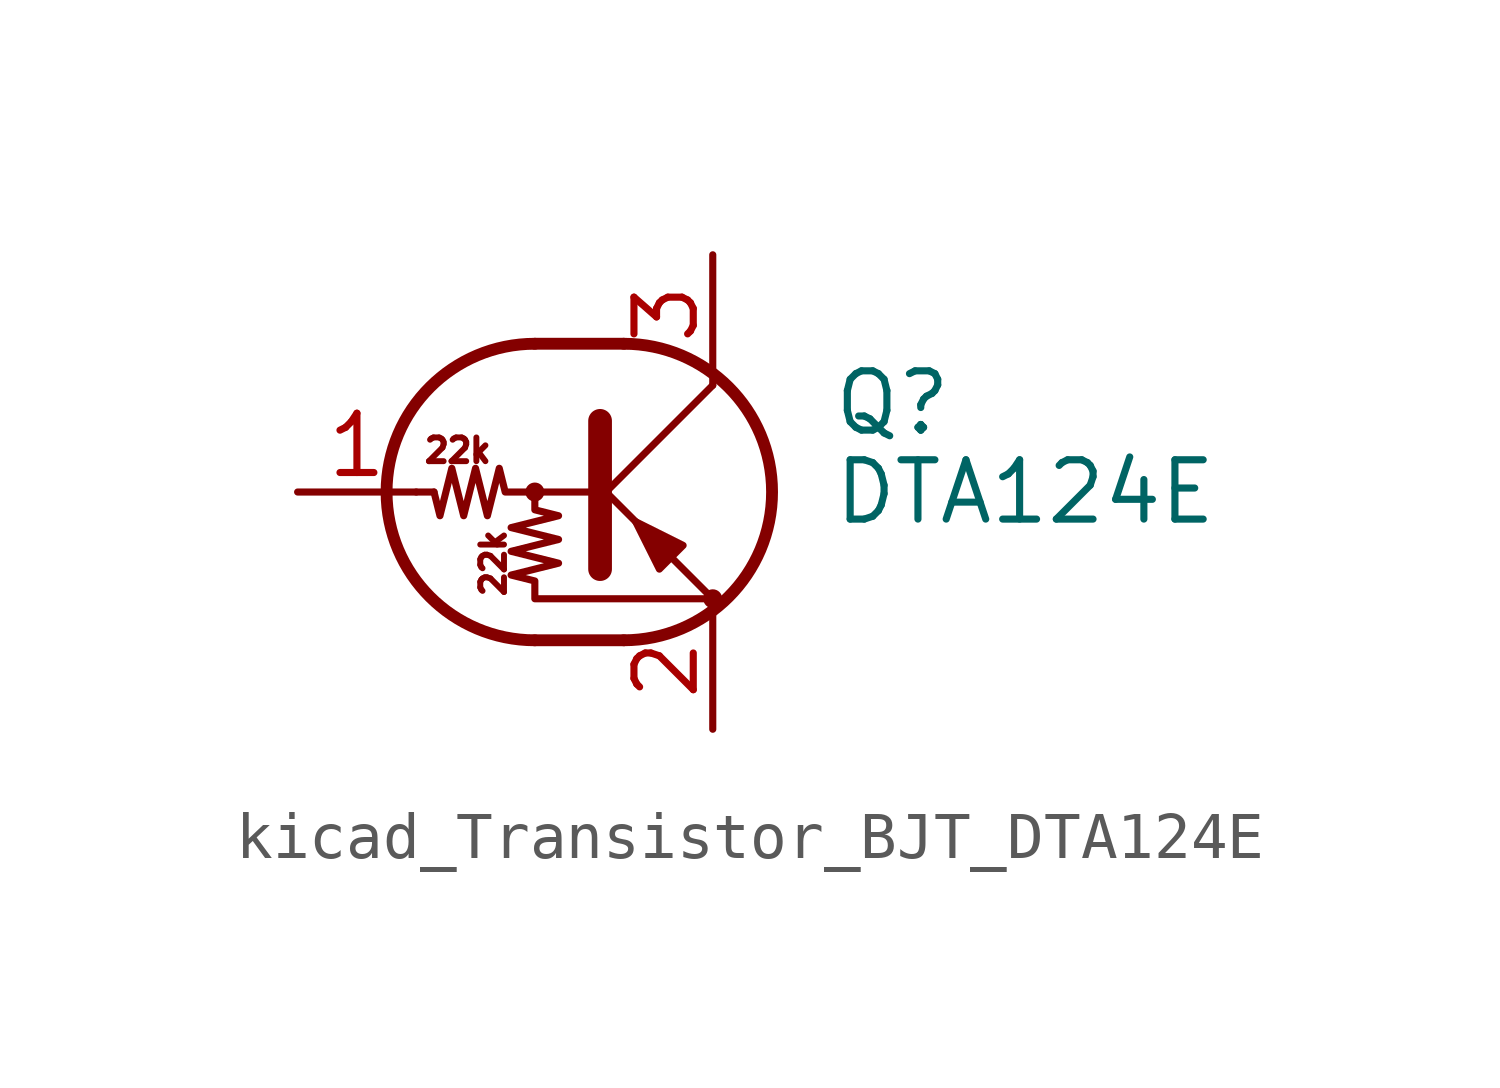
<source format=kicad_sym>
(kicad_symbol_lib
  (version 20220914)
  (generator kicad_symbol_editor)
  (symbol "kicad_Transistor_BJT_DTA124E"
    (pin_names
      (offset 0) hide)
    (property "Reference" "Q"
      (at 5.08 1.905 0)
      (effects (font (size 1.27 1.27)) (justify left)))
    (property "Value" "DTA124E"
      (at 5.08 0 0)
      (effects (font (size 1.27 1.27)) (justify left)))
    (symbol "kicad_Transistor_BJT_DTA124E_0_0"
      (text "22k" (at -2.921 0.889 0) (effects (font (size 0.508 0.508))))
      (text "22k" (at -2.159 -1.524 900) (effects (font (size 0.508 0.508)))))
    (symbol "kicad_Transistor_BJT_DTA124E_0_1"
      (circle (center -1.27 0) (radius 0.127) (stroke (width 0) (type default)) (fill (type none)))
      (arc (start -1.27 3.175) (mid -4.4312 0) (end -1.27 -3.175) (stroke (width 0.254) (type default)) (fill (type none)))
      (polyline (pts (xy -3.429 0) (xy -3.81 0)) (stroke (width 0) (type default)) (fill (type none)))
      (polyline (pts (xy -1.27 -3.175) (xy 0.635 -3.175)) (stroke (width 0.254) (type default)) (fill (type none)))
      (polyline (pts (xy -1.27 3.175) (xy 0.635 3.175)) (stroke (width 0.254) (type default)) (fill (type none)))
      (polyline (pts (xy 0 -0.254) (xy 2.54 2.286)) (stroke (width 0) (type default)) (fill (type none)))
      (polyline (pts (xy 0.127 1.524) (xy 0.127 -1.651)) (stroke (width 0.508) (type default)) (fill (type outline)))
      (polyline (pts (xy 2.54 2.286) (xy 2.54 2.54)) (stroke (width 0) (type default)) (fill (type none)))
      (polyline (pts (xy 2.54 -2.286) (xy 0 0.254) (xy 0 0.254)) (stroke (width 0) (type default)) (fill (type none)))
      (polyline (pts (xy 1.397 -1.651) (xy 1.905 -1.143) (xy 0.889 -0.635) (xy 1.397 -1.651)) (stroke (width 0) (type default)) (fill (type outline)))
      (polyline (pts (xy 0 0) (xy -1.905 0) (xy -2.032 0.508) (xy -2.286 -0.508) (xy -2.54 0.508) (xy -2.794 -0.508) (xy -3.048 0.508) (xy -3.302 -0.508) (xy -3.429 0)) (stroke (width 0) (type default)) (fill (type none)))
      (polyline (pts (xy -1.27 0) (xy -1.27 -0.381) (xy -0.762 -0.508) (xy -1.778 -0.762) (xy -0.762 -1.016) (xy -1.778 -1.27) (xy -0.762 -1.524) (xy -1.778 -1.778) (xy -1.27 -1.905) (xy -1.27 -2.286) (xy 2.54 -2.286)) (stroke (width 0) (type default)) (fill (type none)))
      (arc (start 0.635 -3.175) (mid 3.7962 0) (end 0.635 3.175) (stroke (width 0.254) (type default)) (fill (type none)))
      (circle (center 2.54 -2.286) (radius 0.127) (stroke (width 0) (type default)) (fill (type none))))
    (symbol "kicad_Transistor_BJT_DTA124E_1_1"
      (pin input line (at -6.35 0 0) (length 2.54) (name "B" (effects (font (size 1.27 1.27)))) (number "1" (effects (font (size 1.27 1.27)))))
      (pin passive line (at 2.54 -5.08 90) (length 2.54) (name "E" (effects (font (size 1.27 1.27)))) (number "2" (effects (font (size 1.27 1.27)))))
      (pin passive line (at 2.54 5.08 270) (length 2.54) (name "C" (effects (font (size 1.27 1.27)))) (number "3" (effects (font (size 1.27 1.27))))))))
</source>
